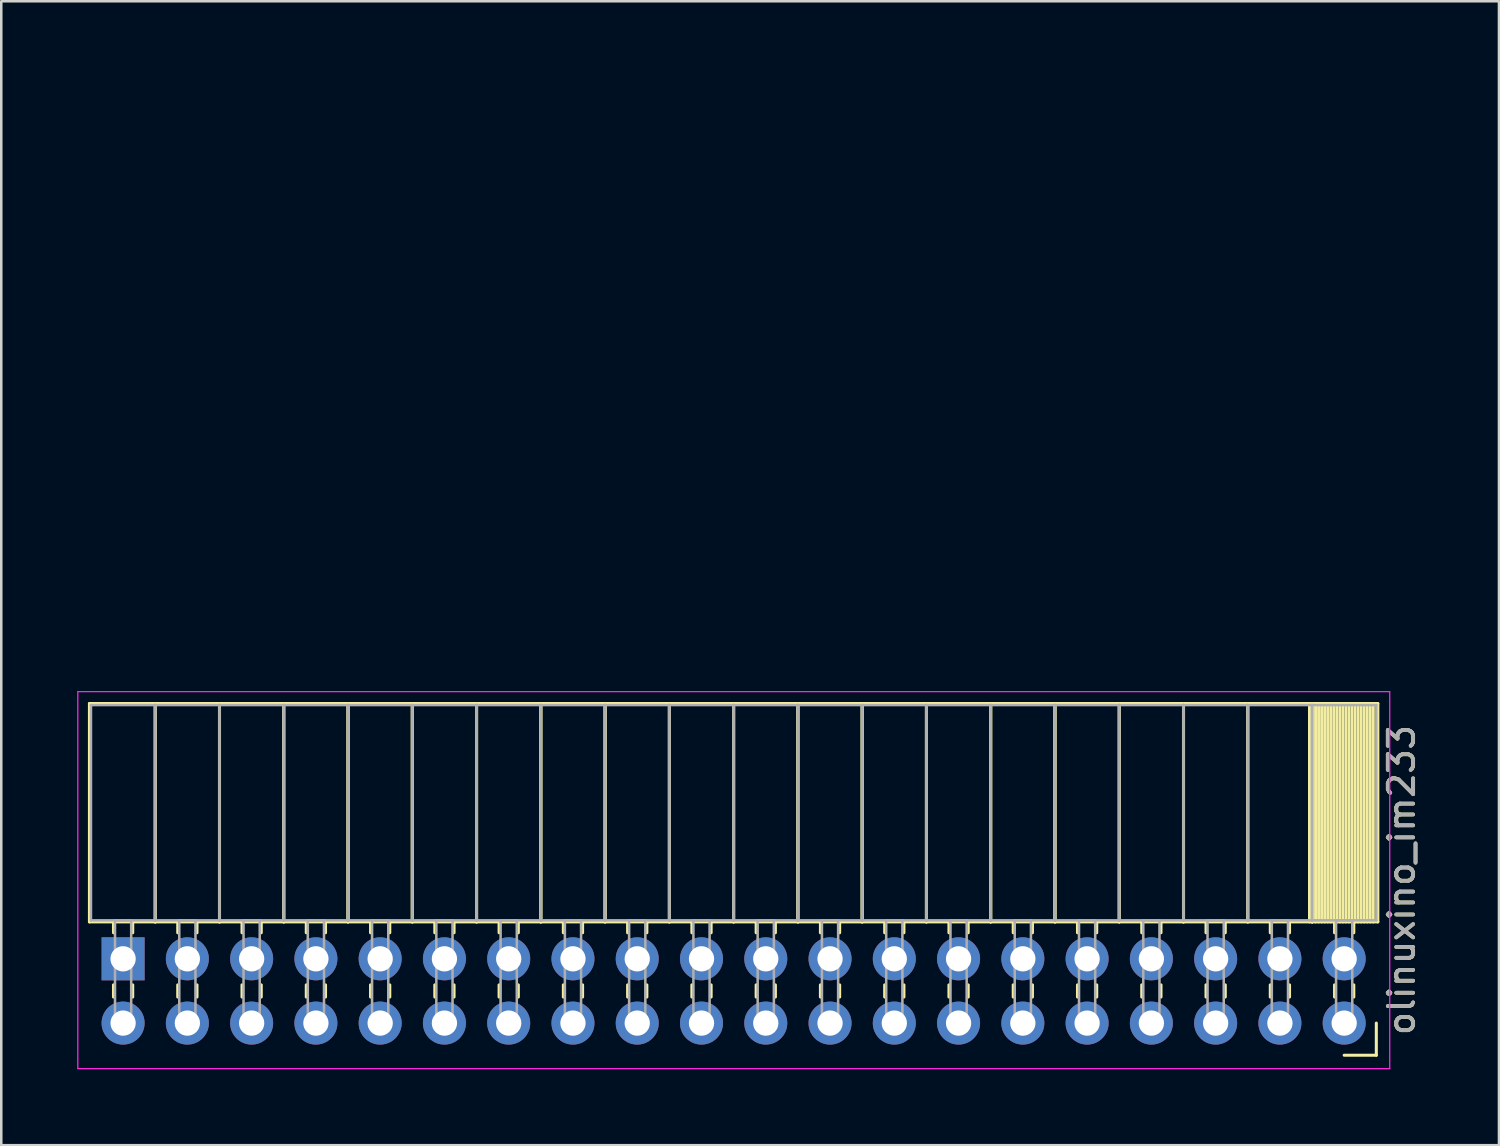
<source format=kicad_pcb>
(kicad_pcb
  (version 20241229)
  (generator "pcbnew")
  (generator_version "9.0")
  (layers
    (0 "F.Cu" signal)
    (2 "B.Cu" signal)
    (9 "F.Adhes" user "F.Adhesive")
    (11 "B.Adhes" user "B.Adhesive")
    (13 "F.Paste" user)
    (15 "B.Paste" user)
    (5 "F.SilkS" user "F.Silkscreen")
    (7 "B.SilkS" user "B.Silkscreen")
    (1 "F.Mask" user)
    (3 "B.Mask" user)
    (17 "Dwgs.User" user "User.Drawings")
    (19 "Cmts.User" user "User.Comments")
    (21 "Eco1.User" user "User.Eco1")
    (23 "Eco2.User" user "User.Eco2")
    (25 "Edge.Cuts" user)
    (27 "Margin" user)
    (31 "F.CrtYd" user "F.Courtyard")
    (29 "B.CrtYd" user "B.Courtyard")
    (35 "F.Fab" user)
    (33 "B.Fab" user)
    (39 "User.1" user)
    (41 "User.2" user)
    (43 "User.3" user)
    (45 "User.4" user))
  (footprint "olinuxino_im233"
    (layer "F.Cu")
    (at 52.285 0.25)
    (property "Reference" "olinuxino_im233" (at 0.06 31.485 270) (layer "F.SilkS") (effects (font (size 1 1) (thickness 0.15))))
    (attr through_hole)
    (fp_line (start -51.8 24.505) (end -49.2 24.505) (stroke (width 0.12) (type solid)) (layer "F.SilkS"))
    (fp_line (start -51.8 33.135) (end -51.8 24.505) (stroke (width 0.12) (type solid)) (layer "F.SilkS"))
    (fp_line (start -50.85 33.565) (end -50.85 33.135) (stroke (width 0.12) (type solid)) (layer "F.SilkS"))
    (fp_line (start -50.85 36.105) (end -50.85 35.625) (stroke (width 0.12) (type solid)) (layer "F.SilkS"))
    (fp_line (start -50.09 33.565) (end -50.09 33.135) (stroke (width 0.12) (type solid)) (layer "F.SilkS"))
    (fp_line (start -50.09 36.105) (end -50.09 35.625) (stroke (width 0.12) (type solid)) (layer "F.SilkS"))
    (fp_line (start -49.2 24.505) (end -49.2 33.135) (stroke (width 0.12) (type solid)) (layer "F.SilkS"))
    (fp_line (start -49.2 24.505) (end -46.66 24.505) (stroke (width 0.12) (type solid)) (layer "F.SilkS"))
    (fp_line (start -49.2 33.135) (end -51.8 33.135) (stroke (width 0.12) (type solid)) (layer "F.SilkS"))
    (fp_line (start -49.2 33.135) (end -49.2 24.505) (stroke (width 0.12) (type solid)) (layer "F.SilkS"))
    (fp_line (start -48.31 33.565) (end -48.31 33.135) (stroke (width 0.12) (type solid)) (layer "F.SilkS"))
    (fp_line (start -48.31 36.105) (end -48.31 35.625) (stroke (width 0.12) (type solid)) (layer "F.SilkS"))
    (fp_line (start -47.55 33.565) (end -47.55 33.135) (stroke (width 0.12) (type solid)) (layer "F.SilkS"))
    (fp_line (start -47.55 36.105) (end -47.55 35.625) (stroke (width 0.12) (type solid)) (layer "F.SilkS"))
    (fp_line (start -46.66 24.505) (end -46.66 33.135) (stroke (width 0.12) (type solid)) (layer "F.SilkS"))
    (fp_line (start -46.66 24.505) (end -44.12 24.505) (stroke (width 0.12) (type solid)) (layer "F.SilkS"))
    (fp_line (start -46.66 33.135) (end -49.2 33.135) (stroke (width 0.12) (type solid)) (layer "F.SilkS"))
    (fp_line (start -46.66 33.135) (end -46.66 24.505) (stroke (width 0.12) (type solid)) (layer "F.SilkS"))
    (fp_line (start -45.77 33.565) (end -45.77 33.135) (stroke (width 0.12) (type solid)) (layer "F.SilkS"))
    (fp_line (start -45.77 36.105) (end -45.77 35.625) (stroke (width 0.12) (type solid)) (layer "F.SilkS"))
    (fp_line (start -45.01 33.565) (end -45.01 33.135) (stroke (width 0.12) (type solid)) (layer "F.SilkS"))
    (fp_line (start -45.01 36.105) (end -45.01 35.625) (stroke (width 0.12) (type solid)) (layer "F.SilkS"))
    (fp_line (start -44.12 24.505) (end -44.12 33.135) (stroke (width 0.12) (type solid)) (layer "F.SilkS"))
    (fp_line (start -44.12 24.505) (end -41.58 24.505) (stroke (width 0.12) (type solid)) (layer "F.SilkS"))
    (fp_line (start -44.12 33.135) (end -46.66 33.135) (stroke (width 0.12) (type solid)) (layer "F.SilkS"))
    (fp_line (start -44.12 33.135) (end -44.12 24.505) (stroke (width 0.12) (type solid)) (layer "F.SilkS"))
    (fp_line (start -43.23 33.565) (end -43.23 33.135) (stroke (width 0.12) (type solid)) (layer "F.SilkS"))
    (fp_line (start -43.23 36.105) (end -43.23 35.625) (stroke (width 0.12) (type solid)) (layer "F.SilkS"))
    (fp_line (start -42.47 33.565) (end -42.47 33.135) (stroke (width 0.12) (type solid)) (layer "F.SilkS"))
    (fp_line (start -42.47 36.105) (end -42.47 35.625) (stroke (width 0.12) (type solid)) (layer "F.SilkS"))
    (fp_line (start -41.58 24.505) (end -41.58 33.135) (stroke (width 0.12) (type solid)) (layer "F.SilkS"))
    (fp_line (start -41.58 24.505) (end -39.04 24.505) (stroke (width 0.12) (type solid)) (layer "F.SilkS"))
    (fp_line (start -41.58 33.135) (end -44.12 33.135) (stroke (width 0.12) (type solid)) (layer "F.SilkS"))
    (fp_line (start -41.58 33.135) (end -41.58 24.505) (stroke (width 0.12) (type solid)) (layer "F.SilkS"))
    (fp_line (start -40.69 33.565) (end -40.69 33.135) (stroke (width 0.12) (type solid)) (layer "F.SilkS"))
    (fp_line (start -40.69 36.105) (end -40.69 35.625) (stroke (width 0.12) (type solid)) (layer "F.SilkS"))
    (fp_line (start -39.93 33.565) (end -39.93 33.135) (stroke (width 0.12) (type solid)) (layer "F.SilkS"))
    (fp_line (start -39.93 36.105) (end -39.93 35.625) (stroke (width 0.12) (type solid)) (layer "F.SilkS"))
    (fp_line (start -39.04 24.505) (end -39.04 33.135) (stroke (width 0.12) (type solid)) (layer "F.SilkS"))
    (fp_line (start -39.04 24.505) (end -36.5 24.505) (stroke (width 0.12) (type solid)) (layer "F.SilkS"))
    (fp_line (start -39.04 33.135) (end -41.58 33.135) (stroke (width 0.12) (type solid)) (layer "F.SilkS"))
    (fp_line (start -39.04 33.135) (end -39.04 24.505) (stroke (width 0.12) (type solid)) (layer "F.SilkS"))
    (fp_line (start -38.15 33.565) (end -38.15 33.135) (stroke (width 0.12) (type solid)) (layer "F.SilkS"))
    (fp_line (start -38.15 36.105) (end -38.15 35.625) (stroke (width 0.12) (type solid)) (layer "F.SilkS"))
    (fp_line (start -37.39 33.565) (end -37.39 33.135) (stroke (width 0.12) (type solid)) (layer "F.SilkS"))
    (fp_line (start -37.39 36.105) (end -37.39 35.625) (stroke (width 0.12) (type solid)) (layer "F.SilkS"))
    (fp_line (start -36.5 24.505) (end -36.5 33.135) (stroke (width 0.12) (type solid)) (layer "F.SilkS"))
    (fp_line (start -36.5 24.505) (end -33.96 24.505) (stroke (width 0.12) (type solid)) (layer "F.SilkS"))
    (fp_line (start -36.5 33.135) (end -39.04 33.135) (stroke (width 0.12) (type solid)) (layer "F.SilkS"))
    (fp_line (start -36.5 33.135) (end -36.5 24.505) (stroke (width 0.12) (type solid)) (layer "F.SilkS"))
    (fp_line (start -35.61 33.565) (end -35.61 33.135) (stroke (width 0.12) (type solid)) (layer "F.SilkS"))
    (fp_line (start -35.61 36.105) (end -35.61 35.625) (stroke (width 0.12) (type solid)) (layer "F.SilkS"))
    (fp_line (start -34.85 33.565) (end -34.85 33.135) (stroke (width 0.12) (type solid)) (layer "F.SilkS"))
    (fp_line (start -34.85 36.105) (end -34.85 35.625) (stroke (width 0.12) (type solid)) (layer "F.SilkS"))
    (fp_line (start -33.96 24.505) (end -33.96 33.135) (stroke (width 0.12) (type solid)) (layer "F.SilkS"))
    (fp_line (start -33.96 24.505) (end -31.42 24.505) (stroke (width 0.12) (type solid)) (layer "F.SilkS"))
    (fp_line (start -33.96 33.135) (end -36.5 33.135) (stroke (width 0.12) (type solid)) (layer "F.SilkS"))
    (fp_line (start -33.96 33.135) (end -33.96 24.505) (stroke (width 0.12) (type solid)) (layer "F.SilkS"))
    (fp_line (start -33.07 33.565) (end -33.07 33.135) (stroke (width 0.12) (type solid)) (layer "F.SilkS"))
    (fp_line (start -33.07 36.105) (end -33.07 35.625) (stroke (width 0.12) (type solid)) (layer "F.SilkS"))
    (fp_line (start -32.31 33.565) (end -32.31 33.135) (stroke (width 0.12) (type solid)) (layer "F.SilkS"))
    (fp_line (start -32.31 36.105) (end -32.31 35.625) (stroke (width 0.12) (type solid)) (layer "F.SilkS"))
    (fp_line (start -31.42 24.505) (end -31.42 33.135) (stroke (width 0.12) (type solid)) (layer "F.SilkS"))
    (fp_line (start -31.42 24.505) (end -28.88 24.505) (stroke (width 0.12) (type solid)) (layer "F.SilkS"))
    (fp_line (start -31.42 33.135) (end -33.96 33.135) (stroke (width 0.12) (type solid)) (layer "F.SilkS"))
    (fp_line (start -31.42 33.135) (end -31.42 24.505) (stroke (width 0.12) (type solid)) (layer "F.SilkS"))
    (fp_line (start -30.53 33.565) (end -30.53 33.135) (stroke (width 0.12) (type solid)) (layer "F.SilkS"))
    (fp_line (start -30.53 36.105) (end -30.53 35.625) (stroke (width 0.12) (type solid)) (layer "F.SilkS"))
    (fp_line (start -29.77 33.565) (end -29.77 33.135) (stroke (width 0.12) (type solid)) (layer "F.SilkS"))
    (fp_line (start -29.77 36.105) (end -29.77 35.625) (stroke (width 0.12) (type solid)) (layer "F.SilkS"))
    (fp_line (start -28.88 24.505) (end -28.88 33.135) (stroke (width 0.12) (type solid)) (layer "F.SilkS"))
    (fp_line (start -28.88 24.505) (end -26.34 24.505) (stroke (width 0.12) (type solid)) (layer "F.SilkS"))
    (fp_line (start -28.88 33.135) (end -31.42 33.135) (stroke (width 0.12) (type solid)) (layer "F.SilkS"))
    (fp_line (start -28.88 33.135) (end -28.88 24.505) (stroke (width 0.12) (type solid)) (layer "F.SilkS"))
    (fp_line (start -27.99 33.565) (end -27.99 33.135) (stroke (width 0.12) (type solid)) (layer "F.SilkS"))
    (fp_line (start -27.99 36.105) (end -27.99 35.625) (stroke (width 0.12) (type solid)) (layer "F.SilkS"))
    (fp_line (start -27.23 33.565) (end -27.23 33.135) (stroke (width 0.12) (type solid)) (layer "F.SilkS"))
    (fp_line (start -27.23 36.105) (end -27.23 35.625) (stroke (width 0.12) (type solid)) (layer "F.SilkS"))
    (fp_line (start -26.34 24.505) (end -26.34 33.135) (stroke (width 0.12) (type solid)) (layer "F.SilkS"))
    (fp_line (start -26.34 24.505) (end -23.8 24.505) (stroke (width 0.12) (type solid)) (layer "F.SilkS"))
    (fp_line (start -26.34 33.135) (end -28.88 33.135) (stroke (width 0.12) (type solid)) (layer "F.SilkS"))
    (fp_line (start -26.34 33.135) (end -26.34 24.505) (stroke (width 0.12) (type solid)) (layer "F.SilkS"))
    (fp_line (start -25.45 33.565) (end -25.45 33.135) (stroke (width 0.12) (type solid)) (layer "F.SilkS"))
    (fp_line (start -25.45 36.105) (end -25.45 35.625) (stroke (width 0.12) (type solid)) (layer "F.SilkS"))
    (fp_line (start -24.69 33.565) (end -24.69 33.135) (stroke (width 0.12) (type solid)) (layer "F.SilkS"))
    (fp_line (start -24.69 36.105) (end -24.69 35.625) (stroke (width 0.12) (type solid)) (layer "F.SilkS"))
    (fp_line (start -23.8 24.505) (end -23.8 33.135) (stroke (width 0.12) (type solid)) (layer "F.SilkS"))
    (fp_line (start -23.8 24.505) (end -21.26 24.505) (stroke (width 0.12) (type solid)) (layer "F.SilkS"))
    (fp_line (start -23.8 33.135) (end -26.34 33.135) (stroke (width 0.12) (type solid)) (layer "F.SilkS"))
    (fp_line (start -23.8 33.135) (end -23.8 24.505) (stroke (width 0.12) (type solid)) (layer "F.SilkS"))
    (fp_line (start -22.91 33.565) (end -22.91 33.135) (stroke (width 0.12) (type solid)) (layer "F.SilkS"))
    (fp_line (start -22.91 36.105) (end -22.91 35.625) (stroke (width 0.12) (type solid)) (layer "F.SilkS"))
    (fp_line (start -22.15 33.565) (end -22.15 33.135) (stroke (width 0.12) (type solid)) (layer "F.SilkS"))
    (fp_line (start -22.15 36.105) (end -22.15 35.625) (stroke (width 0.12) (type solid)) (layer "F.SilkS"))
    (fp_line (start -21.26 24.505) (end -21.26 33.135) (stroke (width 0.12) (type solid)) (layer "F.SilkS"))
    (fp_line (start -21.26 24.505) (end -18.72 24.505) (stroke (width 0.12) (type solid)) (layer "F.SilkS"))
    (fp_line (start -21.26 33.135) (end -23.8 33.135) (stroke (width 0.12) (type solid)) (layer "F.SilkS"))
    (fp_line (start -21.26 33.135) (end -21.26 24.505) (stroke (width 0.12) (type solid)) (layer "F.SilkS"))
    (fp_line (start -20.37 33.565) (end -20.37 33.135) (stroke (width 0.12) (type solid)) (layer "F.SilkS"))
    (fp_line (start -20.37 36.105) (end -20.37 35.625) (stroke (width 0.12) (type solid)) (layer "F.SilkS"))
    (fp_line (start -19.61 33.565) (end -19.61 33.135) (stroke (width 0.12) (type solid)) (layer "F.SilkS"))
    (fp_line (start -19.61 36.105) (end -19.61 35.625) (stroke (width 0.12) (type solid)) (layer "F.SilkS"))
    (fp_line (start -18.72 24.505) (end -18.72 33.135) (stroke (width 0.12) (type solid)) (layer "F.SilkS"))
    (fp_line (start -18.72 24.505) (end -16.18 24.505) (stroke (width 0.12) (type solid)) (layer "F.SilkS"))
    (fp_line (start -18.72 33.135) (end -21.26 33.135) (stroke (width 0.12) (type solid)) (layer "F.SilkS"))
    (fp_line (start -18.72 33.135) (end -18.72 24.505) (stroke (width 0.12) (type solid)) (layer "F.SilkS"))
    (fp_line (start -17.83 33.565) (end -17.83 33.135) (stroke (width 0.12) (type solid)) (layer "F.SilkS"))
    (fp_line (start -17.83 36.105) (end -17.83 35.625) (stroke (width 0.12) (type solid)) (layer "F.SilkS"))
    (fp_line (start -17.07 33.565) (end -17.07 33.135) (stroke (width 0.12) (type solid)) (layer "F.SilkS"))
    (fp_line (start -17.07 36.105) (end -17.07 35.625) (stroke (width 0.12) (type solid)) (layer "F.SilkS"))
    (fp_line (start -16.18 24.505) (end -16.18 33.135) (stroke (width 0.12) (type solid)) (layer "F.SilkS"))
    (fp_line (start -16.18 24.505) (end -13.64 24.505) (stroke (width 0.12) (type solid)) (layer "F.SilkS"))
    (fp_line (start -16.18 33.135) (end -18.72 33.135) (stroke (width 0.12) (type solid)) (layer "F.SilkS"))
    (fp_line (start -16.18 33.135) (end -16.18 24.505) (stroke (width 0.12) (type solid)) (layer "F.SilkS"))
    (fp_line (start -15.29 33.565) (end -15.29 33.135) (stroke (width 0.12) (type solid)) (layer "F.SilkS"))
    (fp_line (start -15.29 36.105) (end -15.29 35.625) (stroke (width 0.12) (type solid)) (layer "F.SilkS"))
    (fp_line (start -14.53 33.565) (end -14.53 33.135) (stroke (width 0.12) (type solid)) (layer "F.SilkS"))
    (fp_line (start -14.53 36.105) (end -14.53 35.625) (stroke (width 0.12) (type solid)) (layer "F.SilkS"))
    (fp_line (start -13.64 24.505) (end -13.64 33.135) (stroke (width 0.12) (type solid)) (layer "F.SilkS"))
    (fp_line (start -13.64 24.505) (end -11.1 24.505) (stroke (width 0.12) (type solid)) (layer "F.SilkS"))
    (fp_line (start -13.64 33.135) (end -16.18 33.135) (stroke (width 0.12) (type solid)) (layer "F.SilkS"))
    (fp_line (start -13.64 33.135) (end -13.64 24.505) (stroke (width 0.12) (type solid)) (layer "F.SilkS"))
    (fp_line (start -12.75 33.565) (end -12.75 33.135) (stroke (width 0.12) (type solid)) (layer "F.SilkS"))
    (fp_line (start -12.75 36.105) (end -12.75 35.625) (stroke (width 0.12) (type solid)) (layer "F.SilkS"))
    (fp_line (start -11.99 33.565) (end -11.99 33.135) (stroke (width 0.12) (type solid)) (layer "F.SilkS"))
    (fp_line (start -11.99 36.105) (end -11.99 35.625) (stroke (width 0.12) (type solid)) (layer "F.SilkS"))
    (fp_line (start -11.1 24.505) (end -11.1 33.135) (stroke (width 0.12) (type solid)) (layer "F.SilkS"))
    (fp_line (start -11.1 24.505) (end -8.56 24.505) (stroke (width 0.12) (type solid)) (layer "F.SilkS"))
    (fp_line (start -11.1 33.135) (end -13.64 33.135) (stroke (width 0.12) (type solid)) (layer "F.SilkS"))
    (fp_line (start -11.1 33.135) (end -11.1 24.505) (stroke (width 0.12) (type solid)) (layer "F.SilkS"))
    (fp_line (start -10.21 33.565) (end -10.21 33.135) (stroke (width 0.12) (type solid)) (layer "F.SilkS"))
    (fp_line (start -10.21 36.105) (end -10.21 35.625) (stroke (width 0.12) (type solid)) (layer "F.SilkS"))
    (fp_line (start -9.45 33.565) (end -9.45 33.135) (stroke (width 0.12) (type solid)) (layer "F.SilkS"))
    (fp_line (start -9.45 36.105) (end -9.45 35.625) (stroke (width 0.12) (type solid)) (layer "F.SilkS"))
    (fp_line (start -8.56 24.505) (end -8.56 33.135) (stroke (width 0.12) (type solid)) (layer "F.SilkS"))
    (fp_line (start -8.56 24.505) (end -6.02 24.505) (stroke (width 0.12) (type solid)) (layer "F.SilkS"))
    (fp_line (start -8.56 33.135) (end -11.1 33.135) (stroke (width 0.12) (type solid)) (layer "F.SilkS"))
    (fp_line (start -8.56 33.135) (end -8.56 24.505) (stroke (width 0.12) (type solid)) (layer "F.SilkS"))
    (fp_line (start -7.67 33.565) (end -7.67 33.135) (stroke (width 0.12) (type solid)) (layer "F.SilkS"))
    (fp_line (start -7.67 36.105) (end -7.67 35.625) (stroke (width 0.12) (type solid)) (layer "F.SilkS"))
    (fp_line (start -6.91 33.565) (end -6.91 33.135) (stroke (width 0.12) (type solid)) (layer "F.SilkS"))
    (fp_line (start -6.91 36.105) (end -6.91 35.625) (stroke (width 0.12) (type solid)) (layer "F.SilkS"))
    (fp_line (start -6.02 24.505) (end -6.02 33.135) (stroke (width 0.12) (type solid)) (layer "F.SilkS"))
    (fp_line (start -6.02 24.505) (end -3.48 24.505) (stroke (width 0.12) (type solid)) (layer "F.SilkS"))
    (fp_line (start -6.02 33.135) (end -8.56 33.135) (stroke (width 0.12) (type solid)) (layer "F.SilkS"))
    (fp_line (start -6.02 33.135) (end -6.02 24.505) (stroke (width 0.12) (type solid)) (layer "F.SilkS"))
    (fp_line (start -5.13 33.565) (end -5.13 33.135) (stroke (width 0.12) (type solid)) (layer "F.SilkS"))
    (fp_line (start -5.13 36.105) (end -5.13 35.625) (stroke (width 0.12) (type solid)) (layer "F.SilkS"))
    (fp_line (start -4.37 33.565) (end -4.37 33.135) (stroke (width 0.12) (type solid)) (layer "F.SilkS"))
    (fp_line (start -4.37 36.105) (end -4.37 35.625) (stroke (width 0.12) (type solid)) (layer "F.SilkS"))
    (fp_line (start -3.58 33.135) (end -3.58 24.505) (stroke (width 0.12) (type solid)) (layer "F.SilkS"))
    (fp_line (start -3.48 24.505) (end -3.48 33.135) (stroke (width 0.12) (type solid)) (layer "F.SilkS"))
    (fp_line (start -3.48 24.505) (end -0.88 24.505) (stroke (width 0.12) (type solid)) (layer "F.SilkS"))
    (fp_line (start -3.48 33.135) (end -6.02 33.135) (stroke (width 0.12) (type solid)) (layer "F.SilkS"))
    (fp_line (start -3.48 33.135) (end -3.48 24.505) (stroke (width 0.12) (type solid)) (layer "F.SilkS"))
    (fp_line (start -3.46 33.135) (end -3.46 24.505) (stroke (width 0.12) (type solid)) (layer "F.SilkS"))
    (fp_line (start -3.34 33.135) (end -3.34 24.505) (stroke (width 0.12) (type solid)) (layer "F.SilkS"))
    (fp_line (start -3.22 33.135) (end -3.22 24.505) (stroke (width 0.12) (type solid)) (layer "F.SilkS"))
    (fp_line (start -3.1 33.135) (end -3.1 24.505) (stroke (width 0.12) (type solid)) (layer "F.SilkS"))
    (fp_line (start -2.98 33.135) (end -2.98 24.505) (stroke (width 0.12) (type solid)) (layer "F.SilkS"))
    (fp_line (start -2.86 33.135) (end -2.86 24.505) (stroke (width 0.12) (type solid)) (layer "F.SilkS"))
    (fp_line (start -2.74 33.135) (end -2.74 24.505) (stroke (width 0.12) (type solid)) (layer "F.SilkS"))
    (fp_line (start -2.62 33.135) (end -2.62 24.505) (stroke (width 0.12) (type solid)) (layer "F.SilkS"))
    (fp_line (start -2.59 33.565) (end -2.59 33.135) (stroke (width 0.12) (type solid)) (layer "F.SilkS"))
    (fp_line (start -2.59 36.105) (end -2.59 35.625) (stroke (width 0.12) (type solid)) (layer "F.SilkS"))
    (fp_line (start -2.5 33.135) (end -2.5 24.505) (stroke (width 0.12) (type solid)) (layer "F.SilkS"))
    (fp_line (start -2.38 33.135) (end -2.38 24.505) (stroke (width 0.12) (type solid)) (layer "F.SilkS"))
    (fp_line (start -2.26 33.135) (end -2.26 24.505) (stroke (width 0.12) (type solid)) (layer "F.SilkS"))
    (fp_line (start -2.14 33.135) (end -2.14 24.505) (stroke (width 0.12) (type solid)) (layer "F.SilkS"))
    (fp_line (start -2.02 33.135) (end -2.02 24.505) (stroke (width 0.12) (type solid)) (layer "F.SilkS"))
    (fp_line (start -1.9 33.135) (end -1.9 24.505) (stroke (width 0.12) (type solid)) (layer "F.SilkS"))
    (fp_line (start -1.83 33.565) (end -1.83 33.135) (stroke (width 0.12) (type solid)) (layer "F.SilkS"))
    (fp_line (start -1.83 36.105) (end -1.83 35.625) (stroke (width 0.12) (type solid)) (layer "F.SilkS"))
    (fp_line (start -1.78 33.135) (end -1.78 24.505) (stroke (width 0.12) (type solid)) (layer "F.SilkS"))
    (fp_line (start -1.66 33.135) (end -1.66 24.505) (stroke (width 0.12) (type solid)) (layer "F.SilkS"))
    (fp_line (start -1.54 33.135) (end -1.54 24.505) (stroke (width 0.12) (type solid)) (layer "F.SilkS"))
    (fp_line (start -1.42 33.135) (end -1.42 24.505) (stroke (width 0.12) (type solid)) (layer "F.SilkS"))
    (fp_line (start -1.3 33.135) (end -1.3 24.505) (stroke (width 0.12) (type solid)) (layer "F.SilkS"))
    (fp_line (start -1.18 33.135) (end -1.18 24.505) (stroke (width 0.12) (type solid)) (layer "F.SilkS"))
    (fp_line (start -1.06 33.135) (end -1.06 24.505) (stroke (width 0.12) (type solid)) (layer "F.SilkS"))
    (fp_line (start -0.94 37.135) (end -0.94 38.405) (stroke (width 0.12) (type solid)) (layer "F.SilkS"))
    (fp_line (start -0.94 38.405) (end -2.21 38.405) (stroke (width 0.12) (type solid)) (layer "F.SilkS"))
    (fp_line (start -0.88 24.505) (end -0.88 33.135) (stroke (width 0.12) (type solid)) (layer "F.SilkS"))
    (fp_line (start -0.88 33.135) (end -3.48 33.135) (stroke (width 0.12) (type solid)) (layer "F.SilkS"))
    (fp_line (start -52.26 24.035) (end -0.41 24.035) (stroke (width 0.05) (type solid)) (layer "F.CrtYd"))
    (fp_line (start -52.26 38.935) (end -52.26 24.035) (stroke (width 0.05) (type solid)) (layer "F.CrtYd"))
    (fp_line (start -0.41 24.035) (end -0.41 38.935) (stroke (width 0.05) (type solid)) (layer "F.CrtYd"))
    (fp_line (start -0.41 38.935) (end -52.26 38.935) (stroke (width 0.05) (type solid)) (layer "F.CrtYd"))
    (fp_line (start -51.74 24.565) (end -49.2 24.565) (stroke (width 0.1) (type solid)) (layer "F.Fab"))
    (fp_line (start -51.74 33.075) (end -51.74 24.565) (stroke (width 0.1) (type solid)) (layer "F.Fab"))
    (fp_line (start -50.79 33.075) (end -50.15 33.075) (stroke (width 0.1) (type solid)) (layer "F.Fab"))
    (fp_line (start -50.79 37.135) (end -50.79 33.075) (stroke (width 0.1) (type solid)) (layer "F.Fab"))
    (fp_line (start -50.15 33.075) (end -50.15 37.135) (stroke (width 0.1) (type solid)) (layer "F.Fab"))
    (fp_line (start -50.15 37.135) (end -50.79 37.135) (stroke (width 0.1) (type solid)) (layer "F.Fab"))
    (fp_line (start -49.2 24.565) (end -49.2 33.075) (stroke (width 0.1) (type solid)) (layer "F.Fab"))
    (fp_line (start -49.2 24.565) (end -46.66 24.565) (stroke (width 0.1) (type solid)) (layer "F.Fab"))
    (fp_line (start -49.2 33.075) (end -51.74 33.075) (stroke (width 0.1) (type solid)) (layer "F.Fab"))
    (fp_line (start -49.2 33.075) (end -49.2 24.565) (stroke (width 0.1) (type solid)) (layer "F.Fab"))
    (fp_line (start -48.25 33.075) (end -47.61 33.075) (stroke (width 0.1) (type solid)) (layer "F.Fab"))
    (fp_line (start -48.25 37.135) (end -48.25 33.075) (stroke (width 0.1) (type solid)) (layer "F.Fab"))
    (fp_line (start -47.61 33.075) (end -47.61 37.135) (stroke (width 0.1) (type solid)) (layer "F.Fab"))
    (fp_line (start -47.61 37.135) (end -48.25 37.135) (stroke (width 0.1) (type solid)) (layer "F.Fab"))
    (fp_line (start -46.66 24.565) (end -46.66 33.075) (stroke (width 0.1) (type solid)) (layer "F.Fab"))
    (fp_line (start -46.66 24.565) (end -44.12 24.565) (stroke (width 0.1) (type solid)) (layer "F.Fab"))
    (fp_line (start -46.66 33.075) (end -49.2 33.075) (stroke (width 0.1) (type solid)) (layer "F.Fab"))
    (fp_line (start -46.66 33.075) (end -46.66 24.565) (stroke (width 0.1) (type solid)) (layer "F.Fab"))
    (fp_line (start -45.71 33.075) (end -45.07 33.075) (stroke (width 0.1) (type solid)) (layer "F.Fab"))
    (fp_line (start -45.71 37.135) (end -45.71 33.075) (stroke (width 0.1) (type solid)) (layer "F.Fab"))
    (fp_line (start -45.07 33.075) (end -45.07 37.135) (stroke (width 0.1) (type solid)) (layer "F.Fab"))
    (fp_line (start -45.07 37.135) (end -45.71 37.135) (stroke (width 0.1) (type solid)) (layer "F.Fab"))
    (fp_line (start -44.12 24.565) (end -44.12 33.075) (stroke (width 0.1) (type solid)) (layer "F.Fab"))
    (fp_line (start -44.12 24.565) (end -41.58 24.565) (stroke (width 0.1) (type solid)) (layer "F.Fab"))
    (fp_line (start -44.12 33.075) (end -46.66 33.075) (stroke (width 0.1) (type solid)) (layer "F.Fab"))
    (fp_line (start -44.12 33.075) (end -44.12 24.565) (stroke (width 0.1) (type solid)) (layer "F.Fab"))
    (fp_line (start -43.17 33.075) (end -42.53 33.075) (stroke (width 0.1) (type solid)) (layer "F.Fab"))
    (fp_line (start -43.17 37.135) (end -43.17 33.075) (stroke (width 0.1) (type solid)) (layer "F.Fab"))
    (fp_line (start -42.53 33.075) (end -42.53 37.135) (stroke (width 0.1) (type solid)) (layer "F.Fab"))
    (fp_line (start -42.53 37.135) (end -43.17 37.135) (stroke (width 0.1) (type solid)) (layer "F.Fab"))
    (fp_line (start -41.58 24.565) (end -41.58 33.075) (stroke (width 0.1) (type solid)) (layer "F.Fab"))
    (fp_line (start -41.58 24.565) (end -39.04 24.565) (stroke (width 0.1) (type solid)) (layer "F.Fab"))
    (fp_line (start -41.58 33.075) (end -44.12 33.075) (stroke (width 0.1) (type solid)) (layer "F.Fab"))
    (fp_line (start -41.58 33.075) (end -41.58 24.565) (stroke (width 0.1) (type solid)) (layer "F.Fab"))
    (fp_line (start -40.63 33.075) (end -39.99 33.075) (stroke (width 0.1) (type solid)) (layer "F.Fab"))
    (fp_line (start -40.63 37.135) (end -40.63 33.075) (stroke (width 0.1) (type solid)) (layer "F.Fab"))
    (fp_line (start -39.99 33.075) (end -39.99 37.135) (stroke (width 0.1) (type solid)) (layer "F.Fab"))
    (fp_line (start -39.99 37.135) (end -40.63 37.135) (stroke (width 0.1) (type solid)) (layer "F.Fab"))
    (fp_line (start -39.04 24.565) (end -39.04 33.075) (stroke (width 0.1) (type solid)) (layer "F.Fab"))
    (fp_line (start -39.04 24.565) (end -36.5 24.565) (stroke (width 0.1) (type solid)) (layer "F.Fab"))
    (fp_line (start -39.04 33.075) (end -41.58 33.075) (stroke (width 0.1) (type solid)) (layer "F.Fab"))
    (fp_line (start -39.04 33.075) (end -39.04 24.565) (stroke (width 0.1) (type solid)) (layer "F.Fab"))
    (fp_line (start -38.09 33.075) (end -37.45 33.075) (stroke (width 0.1) (type solid)) (layer "F.Fab"))
    (fp_line (start -38.09 37.135) (end -38.09 33.075) (stroke (width 0.1) (type solid)) (layer "F.Fab"))
    (fp_line (start -37.45 33.075) (end -37.45 37.135) (stroke (width 0.1) (type solid)) (layer "F.Fab"))
    (fp_line (start -37.45 37.135) (end -38.09 37.135) (stroke (width 0.1) (type solid)) (layer "F.Fab"))
    (fp_line (start -36.5 24.565) (end -36.5 33.075) (stroke (width 0.1) (type solid)) (layer "F.Fab"))
    (fp_line (start -36.5 24.565) (end -33.96 24.565) (stroke (width 0.1) (type solid)) (layer "F.Fab"))
    (fp_line (start -36.5 33.075) (end -39.04 33.075) (stroke (width 0.1) (type solid)) (layer "F.Fab"))
    (fp_line (start -36.5 33.075) (end -36.5 24.565) (stroke (width 0.1) (type solid)) (layer "F.Fab"))
    (fp_line (start -35.55 33.075) (end -34.91 33.075) (stroke (width 0.1) (type solid)) (layer "F.Fab"))
    (fp_line (start -35.55 37.135) (end -35.55 33.075) (stroke (width 0.1) (type solid)) (layer "F.Fab"))
    (fp_line (start -34.91 33.075) (end -34.91 37.135) (stroke (width 0.1) (type solid)) (layer "F.Fab"))
    (fp_line (start -34.91 37.135) (end -35.55 37.135) (stroke (width 0.1) (type solid)) (layer "F.Fab"))
    (fp_line (start -33.96 24.565) (end -33.96 33.075) (stroke (width 0.1) (type solid)) (layer "F.Fab"))
    (fp_line (start -33.96 24.565) (end -31.42 24.565) (stroke (width 0.1) (type solid)) (layer "F.Fab"))
    (fp_line (start -33.96 33.075) (end -36.5 33.075) (stroke (width 0.1) (type solid)) (layer "F.Fab"))
    (fp_line (start -33.96 33.075) (end -33.96 24.565) (stroke (width 0.1) (type solid)) (layer "F.Fab"))
    (fp_line (start -33.01 33.075) (end -32.37 33.075) (stroke (width 0.1) (type solid)) (layer "F.Fab"))
    (fp_line (start -33.01 37.135) (end -33.01 33.075) (stroke (width 0.1) (type solid)) (layer "F.Fab"))
    (fp_line (start -32.37 33.075) (end -32.37 37.135) (stroke (width 0.1) (type solid)) (layer "F.Fab"))
    (fp_line (start -32.37 37.135) (end -33.01 37.135) (stroke (width 0.1) (type solid)) (layer "F.Fab"))
    (fp_line (start -31.42 24.565) (end -31.42 33.075) (stroke (width 0.1) (type solid)) (layer "F.Fab"))
    (fp_line (start -31.42 24.565) (end -28.88 24.565) (stroke (width 0.1) (type solid)) (layer "F.Fab"))
    (fp_line (start -31.42 33.075) (end -33.96 33.075) (stroke (width 0.1) (type solid)) (layer "F.Fab"))
    (fp_line (start -31.42 33.075) (end -31.42 24.565) (stroke (width 0.1) (type solid)) (layer "F.Fab"))
    (fp_line (start -30.47 33.075) (end -29.83 33.075) (stroke (width 0.1) (type solid)) (layer "F.Fab"))
    (fp_line (start -30.47 37.135) (end -30.47 33.075) (stroke (width 0.1) (type solid)) (layer "F.Fab"))
    (fp_line (start -29.83 33.075) (end -29.83 37.135) (stroke (width 0.1) (type solid)) (layer "F.Fab"))
    (fp_line (start -29.83 37.135) (end -30.47 37.135) (stroke (width 0.1) (type solid)) (layer "F.Fab"))
    (fp_line (start -28.88 24.565) (end -28.88 33.075) (stroke (width 0.1) (type solid)) (layer "F.Fab"))
    (fp_line (start -28.88 24.565) (end -26.34 24.565) (stroke (width 0.1) (type solid)) (layer "F.Fab"))
    (fp_line (start -28.88 33.075) (end -31.42 33.075) (stroke (width 0.1) (type solid)) (layer "F.Fab"))
    (fp_line (start -28.88 33.075) (end -28.88 24.565) (stroke (width 0.1) (type solid)) (layer "F.Fab"))
    (fp_line (start -27.93 33.075) (end -27.29 33.075) (stroke (width 0.1) (type solid)) (layer "F.Fab"))
    (fp_line (start -27.93 37.135) (end -27.93 33.075) (stroke (width 0.1) (type solid)) (layer "F.Fab"))
    (fp_line (start -27.29 33.075) (end -27.29 37.135) (stroke (width 0.1) (type solid)) (layer "F.Fab"))
    (fp_line (start -27.29 37.135) (end -27.93 37.135) (stroke (width 0.1) (type solid)) (layer "F.Fab"))
    (fp_line (start -26.34 24.565) (end -26.34 33.075) (stroke (width 0.1) (type solid)) (layer "F.Fab"))
    (fp_line (start -26.34 24.565) (end -23.8 24.565) (stroke (width 0.1) (type solid)) (layer "F.Fab"))
    (fp_line (start -26.34 33.075) (end -28.88 33.075) (stroke (width 0.1) (type solid)) (layer "F.Fab"))
    (fp_line (start -26.34 33.075) (end -26.34 24.565) (stroke (width 0.1) (type solid)) (layer "F.Fab"))
    (fp_line (start -25.39 33.075) (end -24.75 33.075) (stroke (width 0.1) (type solid)) (layer "F.Fab"))
    (fp_line (start -25.39 37.135) (end -25.39 33.075) (stroke (width 0.1) (type solid)) (layer "F.Fab"))
    (fp_line (start -24.75 33.075) (end -24.75 37.135) (stroke (width 0.1) (type solid)) (layer "F.Fab"))
    (fp_line (start -24.75 37.135) (end -25.39 37.135) (stroke (width 0.1) (type solid)) (layer "F.Fab"))
    (fp_line (start -23.8 24.565) (end -23.8 33.075) (stroke (width 0.1) (type solid)) (layer "F.Fab"))
    (fp_line (start -23.8 24.565) (end -21.26 24.565) (stroke (width 0.1) (type solid)) (layer "F.Fab"))
    (fp_line (start -23.8 33.075) (end -26.34 33.075) (stroke (width 0.1) (type solid)) (layer "F.Fab"))
    (fp_line (start -23.8 33.075) (end -23.8 24.565) (stroke (width 0.1) (type solid)) (layer "F.Fab"))
    (fp_line (start -22.85 33.075) (end -22.21 33.075) (stroke (width 0.1) (type solid)) (layer "F.Fab"))
    (fp_line (start -22.85 37.135) (end -22.85 33.075) (stroke (width 0.1) (type solid)) (layer "F.Fab"))
    (fp_line (start -22.21 33.075) (end -22.21 37.135) (stroke (width 0.1) (type solid)) (layer "F.Fab"))
    (fp_line (start -22.21 37.135) (end -22.85 37.135) (stroke (width 0.1) (type solid)) (layer "F.Fab"))
    (fp_line (start -21.26 24.565) (end -21.26 33.075) (stroke (width 0.1) (type solid)) (layer "F.Fab"))
    (fp_line (start -21.26 24.565) (end -18.72 24.565) (stroke (width 0.1) (type solid)) (layer "F.Fab"))
    (fp_line (start -21.26 33.075) (end -23.8 33.075) (stroke (width 0.1) (type solid)) (layer "F.Fab"))
    (fp_line (start -21.26 33.075) (end -21.26 24.565) (stroke (width 0.1) (type solid)) (layer "F.Fab"))
    (fp_line (start -20.31 33.075) (end -19.67 33.075) (stroke (width 0.1) (type solid)) (layer "F.Fab"))
    (fp_line (start -20.31 37.135) (end -20.31 33.075) (stroke (width 0.1) (type solid)) (layer "F.Fab"))
    (fp_line (start -19.67 33.075) (end -19.67 37.135) (stroke (width 0.1) (type solid)) (layer "F.Fab"))
    (fp_line (start -19.67 37.135) (end -20.31 37.135) (stroke (width 0.1) (type solid)) (layer "F.Fab"))
    (fp_line (start -18.72 24.565) (end -18.72 33.075) (stroke (width 0.1) (type solid)) (layer "F.Fab"))
    (fp_line (start -18.72 24.565) (end -16.18 24.565) (stroke (width 0.1) (type solid)) (layer "F.Fab"))
    (fp_line (start -18.72 33.075) (end -21.26 33.075) (stroke (width 0.1) (type solid)) (layer "F.Fab"))
    (fp_line (start -18.72 33.075) (end -18.72 24.565) (stroke (width 0.1) (type solid)) (layer "F.Fab"))
    (fp_line (start -17.77 33.075) (end -17.13 33.075) (stroke (width 0.1) (type solid)) (layer "F.Fab"))
    (fp_line (start -17.77 37.135) (end -17.77 33.075) (stroke (width 0.1) (type solid)) (layer "F.Fab"))
    (fp_line (start -17.13 33.075) (end -17.13 37.135) (stroke (width 0.1) (type solid)) (layer "F.Fab"))
    (fp_line (start -17.13 37.135) (end -17.77 37.135) (stroke (width 0.1) (type solid)) (layer "F.Fab"))
    (fp_line (start -16.18 24.565) (end -16.18 33.075) (stroke (width 0.1) (type solid)) (layer "F.Fab"))
    (fp_line (start -16.18 24.565) (end -13.64 24.565) (stroke (width 0.1) (type solid)) (layer "F.Fab"))
    (fp_line (start -16.18 33.075) (end -18.72 33.075) (stroke (width 0.1) (type solid)) (layer "F.Fab"))
    (fp_line (start -16.18 33.075) (end -16.18 24.565) (stroke (width 0.1) (type solid)) (layer "F.Fab"))
    (fp_line (start -15.23 33.075) (end -14.59 33.075) (stroke (width 0.1) (type solid)) (layer "F.Fab"))
    (fp_line (start -15.23 37.135) (end -15.23 33.075) (stroke (width 0.1) (type solid)) (layer "F.Fab"))
    (fp_line (start -14.59 33.075) (end -14.59 37.135) (stroke (width 0.1) (type solid)) (layer "F.Fab"))
    (fp_line (start -14.59 37.135) (end -15.23 37.135) (stroke (width 0.1) (type solid)) (layer "F.Fab"))
    (fp_line (start -13.64 24.565) (end -13.64 33.075) (stroke (width 0.1) (type solid)) (layer "F.Fab"))
    (fp_line (start -13.64 24.565) (end -11.1 24.565) (stroke (width 0.1) (type solid)) (layer "F.Fab"))
    (fp_line (start -13.64 33.075) (end -16.18 33.075) (stroke (width 0.1) (type solid)) (layer "F.Fab"))
    (fp_line (start -13.64 33.075) (end -13.64 24.565) (stroke (width 0.1) (type solid)) (layer "F.Fab"))
    (fp_line (start -12.69 33.075) (end -12.05 33.075) (stroke (width 0.1) (type solid)) (layer "F.Fab"))
    (fp_line (start -12.69 37.135) (end -12.69 33.075) (stroke (width 0.1) (type solid)) (layer "F.Fab"))
    (fp_line (start -12.05 33.075) (end -12.05 37.135) (stroke (width 0.1) (type solid)) (layer "F.Fab"))
    (fp_line (start -12.05 37.135) (end -12.69 37.135) (stroke (width 0.1) (type solid)) (layer "F.Fab"))
    (fp_line (start -11.1 24.565) (end -11.1 33.075) (stroke (width 0.1) (type solid)) (layer "F.Fab"))
    (fp_line (start -11.1 24.565) (end -8.56 24.565) (stroke (width 0.1) (type solid)) (layer "F.Fab"))
    (fp_line (start -11.1 33.075) (end -13.64 33.075) (stroke (width 0.1) (type solid)) (layer "F.Fab"))
    (fp_line (start -11.1 33.075) (end -11.1 24.565) (stroke (width 0.1) (type solid)) (layer "F.Fab"))
    (fp_line (start -10.15 33.075) (end -9.51 33.075) (stroke (width 0.1) (type solid)) (layer "F.Fab"))
    (fp_line (start -10.15 37.135) (end -10.15 33.075) (stroke (width 0.1) (type solid)) (layer "F.Fab"))
    (fp_line (start -9.51 33.075) (end -9.51 37.135) (stroke (width 0.1) (type solid)) (layer "F.Fab"))
    (fp_line (start -9.51 37.135) (end -10.15 37.135) (stroke (width 0.1) (type solid)) (layer "F.Fab"))
    (fp_line (start -8.56 24.565) (end -8.56 33.075) (stroke (width 0.1) (type solid)) (layer "F.Fab"))
    (fp_line (start -8.56 24.565) (end -6.02 24.565) (stroke (width 0.1) (type solid)) (layer "F.Fab"))
    (fp_line (start -8.56 33.075) (end -11.1 33.075) (stroke (width 0.1) (type solid)) (layer "F.Fab"))
    (fp_line (start -8.56 33.075) (end -8.56 24.565) (stroke (width 0.1) (type solid)) (layer "F.Fab"))
    (fp_line (start -7.61 33.075) (end -6.97 33.075) (stroke (width 0.1) (type solid)) (layer "F.Fab"))
    (fp_line (start -7.61 37.135) (end -7.61 33.075) (stroke (width 0.1) (type solid)) (layer "F.Fab"))
    (fp_line (start -6.97 33.075) (end -6.97 37.135) (stroke (width 0.1) (type solid)) (layer "F.Fab"))
    (fp_line (start -6.97 37.135) (end -7.61 37.135) (stroke (width 0.1) (type solid)) (layer "F.Fab"))
    (fp_line (start -6.02 24.565) (end -6.02 33.075) (stroke (width 0.1) (type solid)) (layer "F.Fab"))
    (fp_line (start -6.02 24.565) (end -3.48 24.565) (stroke (width 0.1) (type solid)) (layer "F.Fab"))
    (fp_line (start -6.02 33.075) (end -8.56 33.075) (stroke (width 0.1) (type solid)) (layer "F.Fab"))
    (fp_line (start -6.02 33.075) (end -6.02 24.565) (stroke (width 0.1) (type solid)) (layer "F.Fab"))
    (fp_line (start -5.07 33.075) (end -4.43 33.075) (stroke (width 0.1) (type solid)) (layer "F.Fab"))
    (fp_line (start -5.07 37.135) (end -5.07 33.075) (stroke (width 0.1) (type solid)) (layer "F.Fab"))
    (fp_line (start -4.43 33.075) (end -4.43 37.135) (stroke (width 0.1) (type solid)) (layer "F.Fab"))
    (fp_line (start -4.43 37.135) (end -5.07 37.135) (stroke (width 0.1) (type solid)) (layer "F.Fab"))
    (fp_line (start -3.48 24.565) (end -3.48 33.075) (stroke (width 0.1) (type solid)) (layer "F.Fab"))
    (fp_line (start -3.48 24.565) (end -0.94 24.565) (stroke (width 0.1) (type solid)) (layer "F.Fab"))
    (fp_line (start -3.48 33.075) (end -6.02 33.075) (stroke (width 0.1) (type solid)) (layer "F.Fab"))
    (fp_line (start -3.48 33.075) (end -3.48 24.565) (stroke (width 0.1) (type solid)) (layer "F.Fab"))
    (fp_line (start -2.53 33.075) (end -1.89 33.075) (stroke (width 0.1) (type solid)) (layer "F.Fab"))
    (fp_line (start -2.53 37.135) (end -2.53 33.075) (stroke (width 0.1) (type solid)) (layer "F.Fab"))
    (fp_line (start -1.89 33.075) (end -1.89 37.135) (stroke (width 0.1) (type solid)) (layer "F.Fab"))
    (fp_line (start -1.89 37.135) (end -2.53 37.135) (stroke (width 0.1) (type solid)) (layer "F.Fab"))
    (fp_line (start -0.94 24.565) (end -0.94 33.075) (stroke (width 0.1) (type solid)) (layer "F.Fab"))
    (fp_line (start -0.94 33.075) (end -3.48 33.075) (stroke (width 0.1) (type solid)) (layer "F.Fab"))
    (fp_text user "${REFERENCE}" (at 0.06 31.485 270) (layer "F.Fab") (effects (font (size 1 1) (thickness 0.15))))
    (pad "1" thru_hole oval (at -50.47 37.135 270) (size 1.7 1.7) (drill 1) (layers "*.Cu" "*.Mask"))
    (pad "2" thru_hole rect (at -50.47 34.595 270) (size 1.7 1.7) (drill 1) (layers "*.Cu" "*.Mask"))
    (pad "3" thru_hole oval (at -47.93 37.135 270) (size 1.7 1.7) (drill 1) (layers "*.Cu" "*.Mask"))
    (pad "4" thru_hole oval (at -47.93 34.595 270) (size 1.7 1.7) (drill 1) (layers "*.Cu" "*.Mask"))
    (pad "5" thru_hole oval (at -45.39 37.135 270) (size 1.7 1.7) (drill 1) (layers "*.Cu" "*.Mask"))
    (pad "6" thru_hole oval (at -45.39 34.595 270) (size 1.7 1.7) (drill 1) (layers "*.Cu" "*.Mask"))
    (pad "7" thru_hole oval (at -42.85 37.135 270) (size 1.7 1.7) (drill 1) (layers "*.Cu" "*.Mask"))
    (pad "8" thru_hole oval (at -42.85 34.595 270) (size 1.7 1.7) (drill 1) (layers "*.Cu" "*.Mask"))
    (pad "9" thru_hole oval (at -40.31 37.135 270) (size 1.7 1.7) (drill 1) (layers "*.Cu" "*.Mask"))
    (pad "10" thru_hole oval (at -40.31 34.595 270) (size 1.7 1.7) (drill 1) (layers "*.Cu" "*.Mask"))
    (pad "11" thru_hole oval (at -37.77 37.135 270) (size 1.7 1.7) (drill 1) (layers "*.Cu" "*.Mask"))
    (pad "12" thru_hole oval (at -37.77 34.595 270) (size 1.7 1.7) (drill 1) (layers "*.Cu" "*.Mask"))
    (pad "13" thru_hole oval (at -35.23 37.135 270) (size 1.7 1.7) (drill 1) (layers "*.Cu" "*.Mask"))
    (pad "14" thru_hole oval (at -35.23 34.595 270) (size 1.7 1.7) (drill 1) (layers "*.Cu" "*.Mask"))
    (pad "15" thru_hole oval (at -32.69 37.135 270) (size 1.7 1.7) (drill 1) (layers "*.Cu" "*.Mask"))
    (pad "16" thru_hole oval (at -32.69 34.595 270) (size 1.7 1.7) (drill 1) (layers "*.Cu" "*.Mask"))
    (pad "17" thru_hole oval (at -30.15 37.135 270) (size 1.7 1.7) (drill 1) (layers "*.Cu" "*.Mask"))
    (pad "18" thru_hole oval (at -30.15 34.595 270) (size 1.7 1.7) (drill 1) (layers "*.Cu" "*.Mask"))
    (pad "19" thru_hole oval (at -27.61 37.135 270) (size 1.7 1.7) (drill 1) (layers "*.Cu" "*.Mask"))
    (pad "20" thru_hole oval (at -27.61 34.595 270) (size 1.7 1.7) (drill 1) (layers "*.Cu" "*.Mask"))
    (pad "21" thru_hole oval (at -25.07 37.135 270) (size 1.7 1.7) (drill 1) (layers "*.Cu" "*.Mask"))
    (pad "22" thru_hole oval (at -25.07 34.595 270) (size 1.7 1.7) (drill 1) (layers "*.Cu" "*.Mask"))
    (pad "23" thru_hole oval (at -22.53 37.135 270) (size 1.7 1.7) (drill 1) (layers "*.Cu" "*.Mask"))
    (pad "24" thru_hole oval (at -22.53 34.595 270) (size 1.7 1.7) (drill 1) (layers "*.Cu" "*.Mask"))
    (pad "25" thru_hole oval (at -19.99 37.135 270) (size 1.7 1.7) (drill 1) (layers "*.Cu" "*.Mask"))
    (pad "26" thru_hole oval (at -19.99 34.595 270) (size 1.7 1.7) (drill 1) (layers "*.Cu" "*.Mask"))
    (pad "27" thru_hole oval (at -17.45 37.135 270) (size 1.7 1.7) (drill 1) (layers "*.Cu" "*.Mask"))
    (pad "28" thru_hole oval (at -17.45 34.595 270) (size 1.7 1.7) (drill 1) (layers "*.Cu" "*.Mask"))
    (pad "29" thru_hole oval (at -14.91 37.135 270) (size 1.7 1.7) (drill 1) (layers "*.Cu" "*.Mask"))
    (pad "30" thru_hole oval (at -14.91 34.595 270) (size 1.7 1.7) (drill 1) (layers "*.Cu" "*.Mask"))
    (pad "31" thru_hole oval (at -12.37 37.135 270) (size 1.7 1.7) (drill 1) (layers "*.Cu" "*.Mask"))
    (pad "32" thru_hole oval (at -12.37 34.595 270) (size 1.7 1.7) (drill 1) (layers "*.Cu" "*.Mask"))
    (pad "33" thru_hole oval (at -9.83 37.135 270) (size 1.7 1.7) (drill 1) (layers "*.Cu" "*.Mask"))
    (pad "34" thru_hole oval (at -9.83 34.595 270) (size 1.7 1.7) (drill 1) (layers "*.Cu" "*.Mask"))
    (pad "35" thru_hole oval (at -7.29 37.135 270) (size 1.7 1.7) (drill 1) (layers "*.Cu" "*.Mask"))
    (pad "36" thru_hole oval (at -7.29 34.595 270) (size 1.7 1.7) (drill 1) (layers "*.Cu" "*.Mask"))
    (pad "37" thru_hole oval (at -4.75 37.135 270) (size 1.7 1.7) (drill 1) (layers "*.Cu" "*.Mask"))
    (pad "38" thru_hole oval (at -4.75 34.595 270) (size 1.7 1.7) (drill 1) (layers "*.Cu" "*.Mask"))
    (pad "39" thru_hole oval (at -2.21 37.135 270) (size 1.7 1.7) (drill 1) (layers "*.Cu" "*.Mask"))
    (pad "40" thru_hole oval (at -2.21 34.595 270) (size 1.7 1.7) (drill 1) (layers "*.Cu" "*.Mask")))
  (gr_rect
    (start -3 -3)
    (end 56.193 42.21)
    (stroke (width 0.1) (type default))
    (fill no)
    (layer "Edge.Cuts")))
</source>
